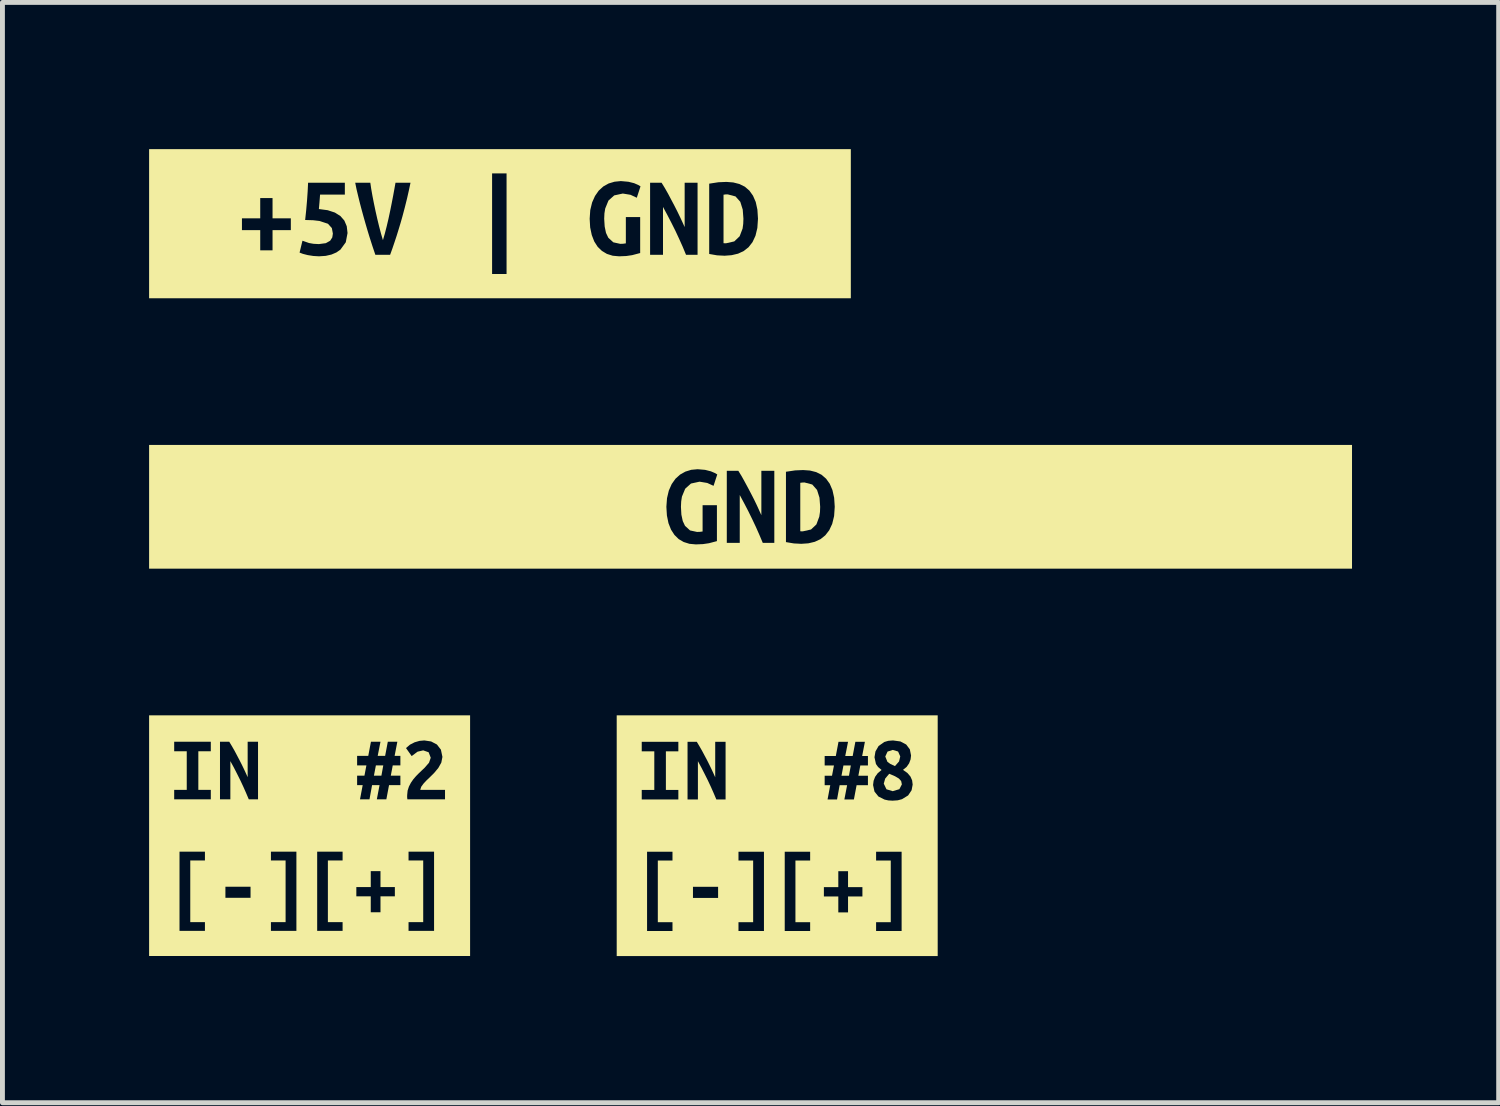
<source format=kicad_pcb>
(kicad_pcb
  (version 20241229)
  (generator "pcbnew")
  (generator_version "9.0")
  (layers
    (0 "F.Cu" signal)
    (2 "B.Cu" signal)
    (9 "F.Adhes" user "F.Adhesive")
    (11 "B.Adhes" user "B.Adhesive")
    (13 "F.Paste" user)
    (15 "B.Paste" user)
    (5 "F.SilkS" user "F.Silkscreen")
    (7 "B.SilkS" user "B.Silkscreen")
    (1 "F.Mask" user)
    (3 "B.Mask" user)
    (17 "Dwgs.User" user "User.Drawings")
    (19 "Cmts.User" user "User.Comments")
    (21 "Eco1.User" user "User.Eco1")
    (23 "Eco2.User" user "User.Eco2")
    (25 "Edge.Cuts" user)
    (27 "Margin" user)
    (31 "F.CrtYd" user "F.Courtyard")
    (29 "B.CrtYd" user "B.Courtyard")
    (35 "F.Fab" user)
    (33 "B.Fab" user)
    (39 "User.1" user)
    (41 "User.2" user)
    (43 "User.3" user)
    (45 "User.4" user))
  (footprint "label_GND"
    (layer "F.Cu")
    (at 12.303 7.317)
    (property "Reference" "label_GND" (at 0 -1.266 0) (layer "F.SilkS") (effects (font (size 0.001 0.001) (thickness 0.000003))))
    (attr exclude_from_pos_files exclude_from_bom)
    (fp_poly (pts (xy 1.017 0.5) (xy 1.043 0.502) (xy 1.069 0.502) (xy 1.237 0.464) (xy 1.347 0.36) (xy 1.406 0.201) (xy 1.42 0.105) (xy 1.424 0) (xy 1.41 -0.186) (xy 1.36 -0.345) (xy 1.262 -0.456) (xy 1.103 -0.498) (xy 1.06 -0.496) (xy 1.017 -0.491) (xy 1.017 0.5)) (stroke (width 0) (type solid)) (fill yes) (layer "F.SilkS"))
    (fp_poly (pts (xy -12.303 -1.265) (xy -1.613 -0.465) (xy -1.536 -0.574) (xy -1.442 -0.659) (xy -1.333 -0.72) (xy -1.213 -0.757) (xy -1.083 -0.769) (xy -0.93 -0.756) (xy -0.812 -0.726) (xy -0.73 -0.691) (xy -0.681 -0.662) (xy -0.757 -0.429) (xy -0.886 -0.488) (xy -1.043 -0.514) (xy -1.219 -0.476) (xy -1.337 -0.37) (xy -1.404 -0.208) (xy -1.419 -0.109) (xy -1.424 0) (xy -1.415 0.161) (xy -1.387 0.291) (xy -1.341 0.389) (xy -1.238 0.483) (xy -1.095 0.514) (xy -1.038 0.512) (xy -0.981 0.505) (xy -0.981 -0.033) (xy -0.688 -0.033) (xy -0.486 0.738) (xy -0.486 -0.736) (xy -0.25 -0.736) (xy -0.183 -0.627) (xy -0.117 -0.508) (xy -0.051 -0.386) (xy 0.013 -0.264) (xy 0.074 -0.145) (xy 0.13 -0.029) (xy 0.179 0.079) (xy 0.221 0.171) (xy 0.221 -0.736) (xy 0.486 -0.736) (xy 0.724 0.722) (xy 0.724 -0.717) (xy 0.912 -0.745) (xy 1.076 -0.752) (xy 1.215 -0.742) (xy 1.342 -0.71) (xy 1.453 -0.655) (xy 1.545 -0.575) (xy 1.62 -0.471) (xy 1.675 -0.342) (xy 1.71 -0.185) (xy 1.722 0) (xy 1.709 0.19) (xy 1.67 0.349) (xy 1.609 0.48) (xy 1.529 0.583) (xy 1.43 0.662) (xy 1.313 0.716) (xy 1.182 0.747) (xy 1.038 0.757) (xy 0.885 0.749) (xy 0.724 0.722) (xy 0.486 -0.736) (xy 0.486 0.738) (xy 0.25 0.738) (xy 0.181 0.575) (xy 0.109 0.412) (xy 0.032 0.249) (xy -0.048 0.086) (xy -0.133 -0.077) (xy -0.221 -0.241) (xy -0.221 0.738) (xy -0.486 0.738) (xy -0.688 -0.033) (xy -0.688 0.702) (xy -0.851 0.745) (xy -0.974 0.763) (xy -1.119 0.769) (xy -1.25 0.757) (xy -1.368 0.72) (xy -1.471 0.66) (xy -1.557 0.575) (xy -1.627 0.467) (xy -1.679 0.335) (xy -1.711 0.179) (xy -1.722 0) (xy -1.709 -0.177) (xy -1.672 -0.332) (xy -1.613 -0.465) (xy -12.303 -1.265) (xy -12.303 -1.265) (xy -12.303 1.265) (xy -12.303 1.265) (xy 12.303 1.265) (xy 12.303 1.265) (xy 12.303 -1.265) (xy 12.303 -1.265) (xy -12.303 -1.265)) (stroke (width 0) (type solid)) (fill yes) (layer "F.SilkS")))
  (footprint "label_IN2"
    (layer "F.Cu")
    (at 3.283 14.044)
    (property "Reference" "label_IN2" (at 0 -2.462 180) (layer "F.SilkS") (effects (font (size 0.001 0.001) (thickness 0.000003))))
    (attr exclude_from_pos_files exclude_from_bom)
    (fp_poly (pts (xy 1.316 -1.228) (xy 1.469 -1.228) (xy 1.507 -1.438) (xy 1.356 -1.438) (xy 1.316 -1.228)) (stroke (width 0) (type solid)) (fill yes) (layer "F.SilkS"))
    (fp_poly (pts (xy -2.77 -2.461) (xy -2.77 -1.922) (xy -2.021 -1.922) (xy -2.021 -1.727) (xy -2.276 -1.727) (xy -2.276 -0.937) (xy -2.021 -0.937) (xy -2.021 -0.743) (xy -2.77 -0.743) (xy 0.155 0.327) (xy 0.675 0.327) (xy 0.675 0.507) (xy 0.374 0.507) (xy 0.956 1.051) (xy 1.251 1.051) (xy 1.251 0.725) (xy 1.45 0.725) (xy 1.45 1.051) (xy 1.744 1.051) (xy 1.744 1.241) (xy 1.45 1.241) (xy 1.45 1.567) (xy 1.251 1.567) (xy 1.251 1.241) (xy 0.956 1.241) (xy 0.956 1.051) (xy 0.374 0.507) (xy 0.374 1.768) (xy 0.675 1.768) (xy 0.675 1.948) (xy 0.155 1.948) (xy 0.155 0.327) (xy -2.77 -0.743) (xy -2.77 -0.937) (xy -2.513 -0.937) (xy -2.513 -1.727) (xy -2.77 -1.727) (xy -2.77 -1.922) (xy -2.77 -2.461) (xy -3.283 -2.461) (xy -2.661 0.327) (xy -2.141 0.327) (xy -2.141 0.507) (xy -2.441 0.507) (xy -2.441 1.768) (xy -2.141 1.768) (xy -2.141 1.948) (xy -2.661 1.948) (xy -2.661 0.327) (xy -3.283 -2.461) (xy -3.283 2.461) (xy -0.27 1.948) (xy -0.791 1.948) (xy -0.791 1.768) (xy -0.491 1.768) (xy -1.208 1.271) (xy -1.722 1.271) (xy -1.722 1.044) (xy -1.208 1.044) (xy -1.208 1.271) (xy -0.491 1.768) (xy -0.491 0.507) (xy -0.791 0.507) (xy -0.791 0.327) (xy -0.27 0.327) (xy -0.27 1.948) (xy -3.283 2.461) (xy -2.77 2.461) (xy 2.546 1.948) (xy 2.024 1.948) (xy 2.024 1.768) (xy 2.324 1.768) (xy 2.324 0.507) (xy 2.024 0.507) (xy 2.024 0.327) (xy 2.546 0.327) (xy 2.546 1.948) (xy -2.77 2.461) (xy 2.77 2.461) (xy 2.77 -0.743) (xy 2 -0.743) (xy 1.995 -0.79) (xy 1.996 -0.83) (xy 2.005 -0.922) (xy 2.032 -1.005) (xy 2.072 -1.082) (xy 2.121 -1.153) (xy 2.177 -1.218) (xy 2.237 -1.279) (xy 2.297 -1.336) (xy 2.354 -1.39) (xy 2.443 -1.493) (xy 2.478 -1.594) (xy 2.435 -1.706) (xy 2.324 -1.745) (xy 2.208 -1.718) (xy 2.088 -1.628) (xy 1.972 -1.792) (xy 2.054 -1.862) (xy 2.148 -1.91) (xy 2.248 -1.939) (xy 2.347 -1.948) (xy 2.486 -1.927) (xy 2.604 -1.865) (xy 2.686 -1.759) (xy 2.717 -1.611) (xy 2.694 -1.494) (xy 2.633 -1.385) (xy 2.547 -1.282) (xy 2.45 -1.186) (xy 2.393 -1.132) (xy 2.332 -1.067) (xy 2.283 -1) (xy 2.263 -0.937) (xy 2.77 -0.937) (xy 2.77 -0.743) (xy 2.77 2.461) (xy 3.283 2.461) (xy 3.283 -2.461) (xy -1.055 -1.922) (xy -1.055 -0.743) (xy 0.972 -1.438) (xy 0.972 -1.632) (xy 1.2 -1.632) (xy 1.255 -1.922) (xy 1.45 -1.922) (xy 1.393 -1.632) (xy 1.545 -1.632) (xy 1.6 -1.922) (xy 1.795 -1.922) (xy 1.739 -1.632) (xy 1.857 -1.632) (xy 1.857 -1.438) (xy 1.701 -1.438) (xy 1.661 -1.228) (xy 1.857 -1.228) (xy 1.857 -1.034) (xy 1.625 -1.034) (xy 1.57 -0.743) (xy 1.375 -0.743) (xy 1.431 -1.034) (xy 1.278 -1.034) (xy 1.225 -0.743) (xy 1.031 -0.743) (xy 1.086 -1.034) (xy 0.972 -1.034) (xy 0.972 -1.228) (xy 1.122 -1.228) (xy 1.162 -1.438) (xy 0.972 -1.438) (xy -1.055 -0.743) (xy -1.244 -0.743) (xy -1.299 -0.873) (xy -1.357 -1.004) (xy -1.418 -1.134) (xy -1.483 -1.264) (xy -1.55 -1.395) (xy -1.621 -1.525) (xy -1.621 -0.743) (xy -1.833 -0.743) (xy -1.833 -1.922) (xy -1.644 -1.922) (xy -1.591 -1.834) (xy -1.537 -1.74) (xy -1.485 -1.642) (xy -1.434 -1.545) (xy -1.385 -1.449) (xy -1.34 -1.356) (xy -1.3 -1.27) (xy -1.267 -1.196) (xy -1.267 -1.922) (xy -1.055 -1.922) (xy 3.283 -2.461) (xy 2.77 -2.461) (xy -2.77 -2.461)) (stroke (width 0) (type solid)) (fill yes) (layer "F.SilkS")))
  (footprint "label_buck_output"
    (layer "F.Cu")
    (at 7.177 1.526)
    (property "Reference" "label_buck_output" (at 0 -1.525 0) (layer "F.SilkS") (effects (font (size 0.001 0.001) (thickness 0.000003))))
    (attr exclude_from_pos_files exclude_from_bom)
    (fp_poly (pts (xy 4.573 0.398) (xy 4.599 0.4) (xy 4.626 0.4) (xy 4.793 0.362) (xy 4.903 0.257) (xy 4.963 0.099) (xy 4.976 0.003) (xy 4.98 -0.102) (xy 4.966 -0.288) (xy 4.916 -0.448) (xy 4.818 -0.558) (xy 4.659 -0.6) (xy 4.616 -0.599) (xy 4.573 -0.593) (xy 4.573 0.398)) (stroke (width 0) (type solid)) (fill yes) (layer "F.SilkS"))
    (fp_poly (pts (xy -7.177 -1.525) (xy -5.278 -0.11) (xy -4.904 -0.11) (xy -4.904 -0.524) (xy -4.652 -0.524) (xy -4.652 -0.11) (xy -4.278 -0.11) (xy -4.278 0.131) (xy -4.652 0.131) (xy -4.652 0.545) (xy -4.904 0.545) (xy -4.904 0.131) (xy -5.278 0.131) (xy -5.278 -0.11) (xy -7.177 -1.525) (xy -7.177 -1.525) (xy -7.177 1.525) (xy -4.099 0.591) (xy -4.04 0.348) (xy -3.906 0.395) (xy -3.815 0.411) (xy -3.704 0.417) (xy -3.562 0.398) (xy -3.474 0.349) (xy -3.43 0.281) (xy -3.418 0.202) (xy -3.439 0.089) (xy -3.519 0.001) (xy -3.692 -0.056) (xy -3.821 -0.071) (xy -3.985 -0.076) (xy -3.964 -0.274) (xy -3.947 -0.468) (xy -3.934 -0.656) (xy -3.925 -0.838) (xy -3.173 -0.838) (xy -3.173 -0.595) (xy -3.68 -0.595) (xy -3.692 -0.436) (xy -3.704 -0.3) (xy -3.524 -0.276) (xy -3.377 -0.228) (xy -3.264 -0.157) (xy -3.183 -0.064) (xy -3.134 0.052) (xy -3.118 0.191) (xy -3.154 0.38) (xy -3.264 0.531) (xy -3.346 0.588) (xy -3.447 0.631) (xy -3.565 0.658) (xy -3.702 0.667) (xy -3.818 0.66) (xy -3.933 0.642) (xy -4.031 0.617) (xy -4.099 0.591) (xy -7.177 1.525) (xy -7.177 1.525) (xy -2.549 0.636) (xy -2.608 0.461) (xy -2.671 0.264) (xy -2.713 0.126) (xy -2.753 -0.011) (xy -2.792 -0.149) (xy -2.829 -0.284) (xy -2.863 -0.413) (xy -2.894 -0.538) (xy -2.934 -0.705) (xy -2.961 -0.838) (xy -2.652 -0.838) (xy -2.634 -0.715) (xy -2.609 -0.573) (xy -2.579 -0.419) (xy -2.546 -0.261) (xy -2.51 -0.101) (xy -2.472 0.056) (xy -2.433 0.204) (xy -2.394 0.336) (xy -2.356 0.206) (xy -2.318 0.058) (xy -2.281 -0.099) (xy -2.247 -0.258) (xy -2.215 -0.417) (xy -2.185 -0.572) (xy -2.159 -0.714) (xy -2.137 -0.838) (xy -1.83 -0.838) (xy -1.862 -0.687) (xy -1.9 -0.519) (xy -1.945 -0.338) (xy -1.995 -0.149) (xy -2.032 -0.019) (xy -2.072 0.113) (xy -2.113 0.246) (xy -2.157 0.379) (xy -2.201 0.509) (xy -2.247 0.636) (xy -2.549 0.636) (xy -7.177 1.525) (xy 7.177 1.525) (xy 0.135 1.029) (xy -0.161 1.029) (xy -0.161 -1.029) (xy 0.135 -1.029) (xy 2.02 -0.676) (xy 2.114 -0.762) (xy 2.223 -0.823) (xy 2.344 -0.859) (xy 2.473 -0.872) (xy 2.627 -0.858) (xy 2.744 -0.829) (xy 2.827 -0.793) (xy 2.875 -0.764) (xy 2.799 -0.531) (xy 2.671 -0.591) (xy 2.513 -0.617) (xy 2.337 -0.579) (xy 2.219 -0.473) (xy 2.153 -0.311) (xy 2.137 -0.212) (xy 2.132 -0.102) (xy 2.142 0.058) (xy 2.169 0.188) (xy 2.216 0.287) (xy 2.319 0.381) (xy 2.461 0.412) (xy 2.518 0.41) (xy 2.575 0.402) (xy 2.575 -0.136) (xy 2.868 -0.136) (xy 2.868 0.6) (xy 2.705 0.643) (xy 2.583 0.661) (xy 2.437 0.667) (xy 2.306 0.655) (xy 2.188 0.618) (xy 2.086 0.557) (xy 1.999 0.473) (xy 1.929 0.364) (xy 1.878 0.232) (xy 1.845 0.076) (xy 1.835 -0.102) (xy 1.847 -0.279) (xy 1.885 -0.435) (xy 1.944 -0.567) (xy 2.02 -0.676) (xy 0.135 -1.029) (xy 0.135 1.029) (xy 7.177 1.525) (xy 7.177 1.525) (xy 3.806 0.636) (xy 3.738 0.472) (xy 3.665 0.309) (xy 3.589 0.146) (xy 3.508 -0.016) (xy 3.423 -0.18) (xy 3.335 -0.343) (xy 3.335 0.636) (xy 3.071 0.636) (xy 3.071 -0.838) (xy 3.306 -0.838) (xy 3.373 -0.729) (xy 3.44 -0.611) (xy 3.505 -0.488) (xy 3.569 -0.367) (xy 3.63 -0.247) (xy 3.686 -0.131) (xy 3.736 -0.024) (xy 3.778 0.069) (xy 3.778 -0.838) (xy 4.042 -0.838) (xy 4.042 0.636) (xy 3.806 0.636) (xy 7.177 1.525) (xy 7.177 -1.525) (xy 5.278 -0.102) (xy 5.265 0.087) (xy 5.227 0.246) (xy 5.166 0.377) (xy 5.085 0.481) (xy 4.986 0.559) (xy 4.87 0.613) (xy 4.738 0.644) (xy 4.595 0.655) (xy 4.441 0.647) (xy 4.28 0.619) (xy 4.28 -0.819) (xy 4.468 -0.848) (xy 4.633 -0.855) (xy 4.772 -0.844) (xy 4.898 -0.812) (xy 5.009 -0.757) (xy 5.102 -0.677) (xy 5.176 -0.573) (xy 5.232 -0.444) (xy 5.266 -0.288) (xy 5.278 -0.102) (xy 7.177 -1.525) (xy 7.177 -1.525) (xy -7.177 -1.525)) (stroke (width 0) (type solid)) (fill yes) (layer "F.SilkS")))
  (footprint "label_IN8"
    (layer "F.Cu")
    (at 12.848 14.045)
    (property "Reference" "label_IN8" (at 0 -2.462 180) (layer "F.SilkS") (effects (font (size 0.001 0.001) (thickness 0.000003))))
    (attr exclude_from_pos_files exclude_from_bom)
    (fp_poly (pts (xy 1.315 -1.227) (xy 1.468 -1.227) (xy 1.506 -1.437) (xy 1.355 -1.437) (xy 1.315 -1.227)) (stroke (width 0) (type solid)) (fill yes) (layer "F.SilkS"))
    (fp_poly (pts (xy 2.365 -1.755) (xy 2.257 -1.721) (xy 2.211 -1.62) (xy 2.255 -1.511) (xy 2.315 -1.468) (xy 2.409 -1.424) (xy 2.493 -1.52) (xy 2.517 -1.622) (xy 2.473 -1.722) (xy 2.365 -1.755)) (stroke (width 0) (type solid)) (fill yes) (layer "F.SilkS"))
    (fp_poly (pts (xy 2.55 -1.05) (xy 2.536 -1.117) (xy 2.49 -1.169) (xy 2.409 -1.217) (xy 2.291 -1.267) (xy 2.209 -1.169) (xy 2.18 -1.065) (xy 2.235 -0.95) (xy 2.363 -0.911) (xy 2.499 -0.952) (xy 2.55 -1.05)) (stroke (width 0) (type solid)) (fill yes) (layer "F.SilkS"))
    (fp_poly (pts (xy -2.771 -2.462) (xy -2.771 -1.921) (xy -2.022 -1.921) (xy -2.022 -1.726) (xy -2.277 -1.726) (xy -2.277 -0.936) (xy -2.022 -0.936) (xy -2.022 -0.742) (xy -2.771 -0.742) (xy 0.154 0.328) (xy 0.674 0.328) (xy 0.674 0.508) (xy 0.373 0.508) (xy 0.955 1.052) (xy 1.25 1.052) (xy 1.25 0.726) (xy 1.449 0.726) (xy 1.449 1.052) (xy 1.743 1.052) (xy 1.743 1.242) (xy 1.449 1.242) (xy 1.449 1.568) (xy 1.25 1.568) (xy 1.25 1.242) (xy 0.955 1.242) (xy 0.955 1.052) (xy 0.373 0.508) (xy 0.373 1.769) (xy 0.674 1.769) (xy 0.674 1.949) (xy 0.154 1.949) (xy 0.154 0.328) (xy -2.771 -0.742) (xy -2.771 -0.936) (xy -2.514 -0.936) (xy -2.514 -1.726) (xy -2.771 -1.726) (xy -2.771 -1.921) (xy -2.771 -2.462) (xy -3.283 -2.462) (xy -2.662 0.328) (xy -2.142 0.328) (xy -2.142 0.508) (xy -2.442 0.508) (xy -2.442 1.769) (xy -2.142 1.769) (xy -2.142 1.949) (xy -2.662 1.949) (xy -2.662 0.328) (xy -3.283 -2.462) (xy -3.283 2.462) (xy -0.271 1.949) (xy -0.792 1.949) (xy -0.792 1.769) (xy -0.492 1.769) (xy -1.209 1.272) (xy -1.723 1.272) (xy -1.723 1.045) (xy -1.209 1.045) (xy -1.209 1.272) (xy -0.492 1.769) (xy -0.492 0.508) (xy -0.792 0.508) (xy -0.792 0.328) (xy -0.271 0.328) (xy -0.271 1.949) (xy -3.283 2.462) (xy -2.771 2.462) (xy 2.545 1.949) (xy 2.023 1.949) (xy 2.023 1.769) (xy 2.323 1.769) (xy 2.323 0.508) (xy 2.023 0.508) (xy 2.023 0.328) (xy 2.545 0.328) (xy 2.545 1.949) (xy -2.771 2.462) (xy 2.771 2.462) (xy 2.749 -0.93) (xy 2.678 -0.824) (xy 2.552 -0.747) (xy 2.465 -0.724) (xy 2.359 -0.717) (xy 2.274 -0.722) (xy 2.196 -0.739) (xy 2.071 -0.802) (xy 1.99 -0.903) (xy 1.961 -1.037) (xy 1.972 -1.124) (xy 2.003 -1.205) (xy 2.057 -1.28) (xy 2.135 -1.345) (xy 2.064 -1.405) (xy 2.02 -1.467) (xy 1.99 -1.605) (xy 2.01 -1.724) (xy 2.074 -1.835) (xy 2.19 -1.917) (xy 2.271 -1.941) (xy 2.369 -1.949) (xy 2.521 -1.928) (xy 2.638 -1.866) (xy 2.713 -1.767) (xy 2.738 -1.641) (xy 2.728 -1.56) (xy 2.698 -1.48) (xy 2.647 -1.407) (xy 2.573 -1.347) (xy 2.665 -1.282) (xy 2.726 -1.21) (xy 2.76 -1.132) (xy 2.771 -1.046) (xy 2.749 -0.93) (xy 2.771 2.462) (xy 3.283 2.462) (xy 3.283 -2.462) (xy -1.056 -1.921) (xy -1.056 -0.742) (xy 0.971 -1.437) (xy 0.971 -1.631) (xy 1.199 -1.631) (xy 1.254 -1.921) (xy 1.449 -1.921) (xy 1.392 -1.631) (xy 1.544 -1.631) (xy 1.599 -1.921) (xy 1.794 -1.921) (xy 1.738 -1.631) (xy 1.856 -1.631) (xy 1.856 -1.437) (xy 1.7 -1.437) (xy 1.66 -1.227) (xy 1.856 -1.227) (xy 1.856 -1.033) (xy 1.624 -1.033) (xy 1.569 -0.742) (xy 1.374 -0.742) (xy 1.43 -1.033) (xy 1.277 -1.033) (xy 1.224 -0.742) (xy 1.03 -0.742) (xy 1.085 -1.033) (xy 0.971 -1.033) (xy 0.971 -1.227) (xy 1.121 -1.227) (xy 1.161 -1.437) (xy 0.971 -1.437) (xy -1.056 -0.742) (xy -1.245 -0.742) (xy -1.3 -0.872) (xy -1.358 -1.003) (xy -1.419 -1.133) (xy -1.484 -1.263) (xy -1.551 -1.394) (xy -1.622 -1.525) (xy -1.622 -0.742) (xy -1.834 -0.742) (xy -1.834 -1.921) (xy -1.645 -1.921) (xy -1.592 -1.833) (xy -1.538 -1.739) (xy -1.486 -1.641) (xy -1.434 -1.544) (xy -1.386 -1.448) (xy -1.341 -1.355) (xy -1.301 -1.269) (xy -1.268 -1.195) (xy -1.268 -1.921) (xy -1.056 -1.921) (xy 3.283 -2.462) (xy 2.771 -2.462) (xy -2.771 -2.462)) (stroke (width 0) (type solid)) (fill yes) (layer "F.SilkS")))
  (gr_rect
    (start -3 -3)
    (end 27.606 19.507)
    (stroke (width 0.1) (type default))
    (fill no)
    (layer "Edge.Cuts")))
</source>
